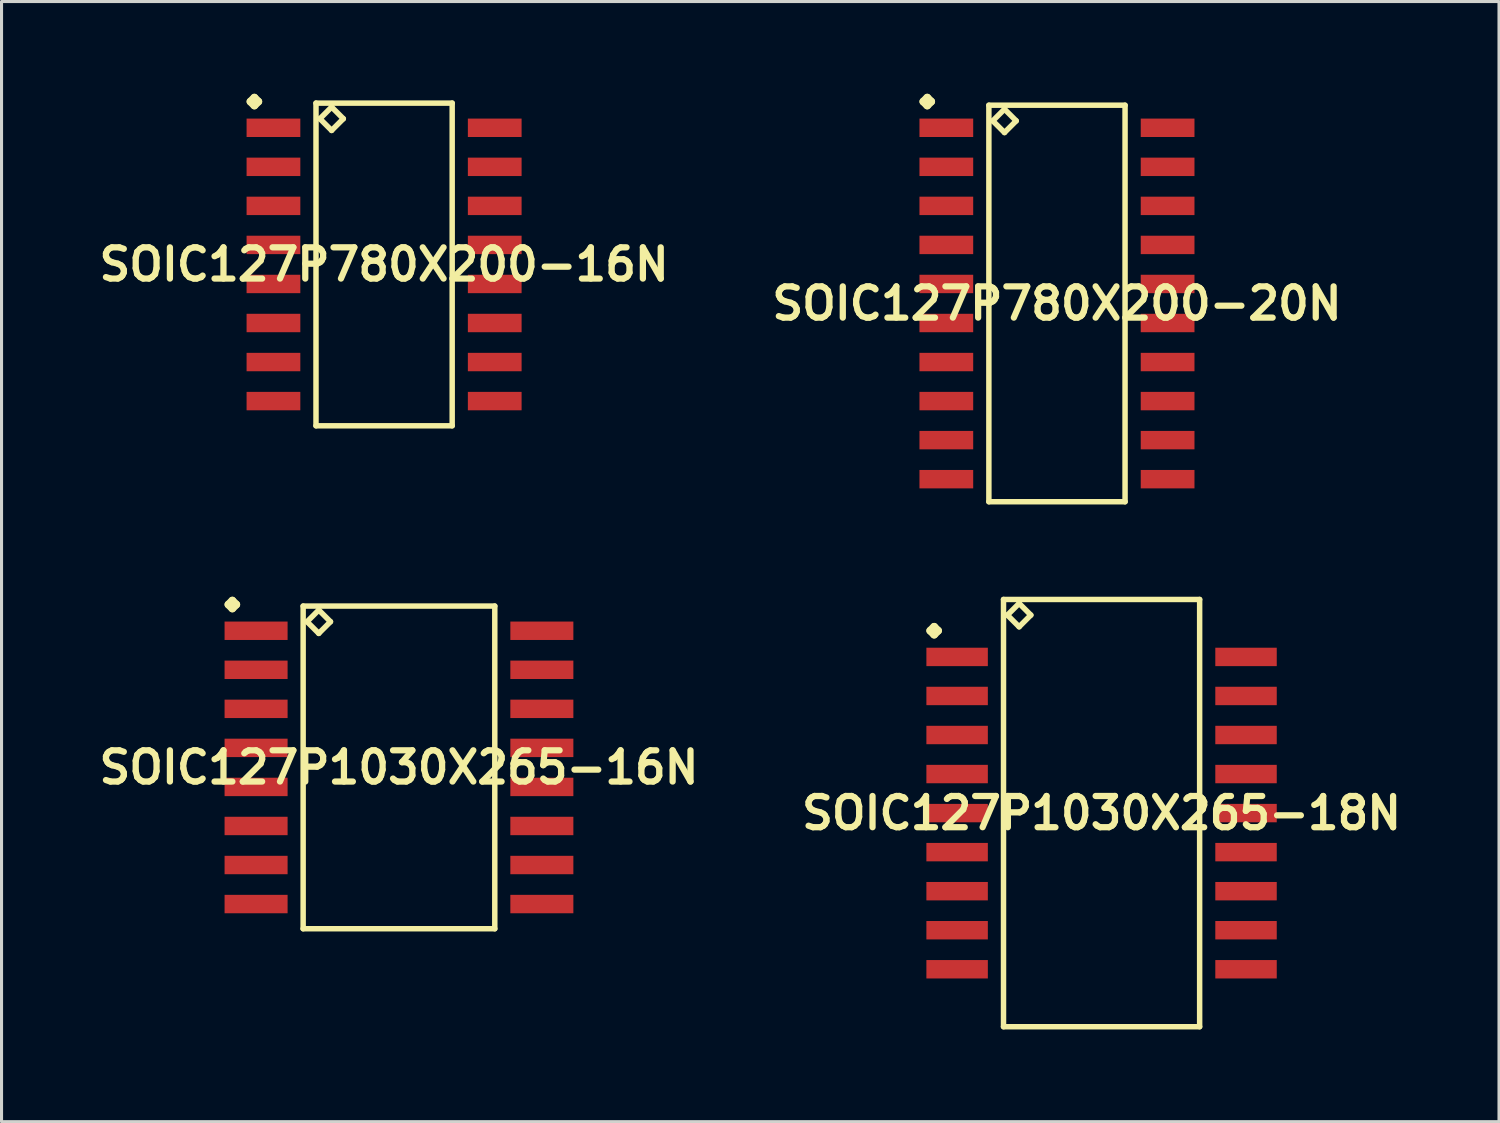
<source format=kicad_pcb>
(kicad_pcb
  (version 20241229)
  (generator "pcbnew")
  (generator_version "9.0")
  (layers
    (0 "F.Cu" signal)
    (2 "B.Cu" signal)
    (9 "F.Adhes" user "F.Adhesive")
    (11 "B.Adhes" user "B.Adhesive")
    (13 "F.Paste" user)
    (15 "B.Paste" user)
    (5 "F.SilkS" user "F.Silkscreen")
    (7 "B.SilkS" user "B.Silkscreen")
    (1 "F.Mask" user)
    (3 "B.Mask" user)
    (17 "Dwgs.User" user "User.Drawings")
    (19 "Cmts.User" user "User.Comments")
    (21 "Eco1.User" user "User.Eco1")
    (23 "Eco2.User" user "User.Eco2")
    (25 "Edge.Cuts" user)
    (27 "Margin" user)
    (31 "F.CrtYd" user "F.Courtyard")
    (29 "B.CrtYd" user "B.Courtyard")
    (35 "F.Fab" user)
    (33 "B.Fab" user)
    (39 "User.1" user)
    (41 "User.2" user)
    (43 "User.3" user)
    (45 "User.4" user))
  (footprint "SOIC127P780X200-20N"
    (layer "F.Cu")
    (at 31.332 6.822)
    (property "Reference" "SOIC127P780X200-20N" (at 0 0 0) (layer "F.SilkS") (effects (font (size 1.016 1.016) (thickness 0.203))))
    (attr smd)
    (fp_line (start -4.346 -6.568) (end -4.219 -6.695) (stroke (width 0.254) (type solid)) (layer "F.SilkS"))
    (fp_line (start -4.219 -6.695) (end -4.092 -6.568) (stroke (width 0.254) (type solid)) (layer "F.SilkS"))
    (fp_line (start -4.219 -6.441) (end -4.346 -6.568) (stroke (width 0.254) (type solid)) (layer "F.SilkS"))
    (fp_line (start -4.092 -6.568) (end -4.219 -6.441) (stroke (width 0.254) (type solid)) (layer "F.SilkS"))
    (fp_line (start -2.215 -6.449) (end -2.215 6.449) (stroke (width 0.178) (type solid)) (layer "F.SilkS"))
    (fp_line (start -2.215 6.449) (end 2.215 6.449) (stroke (width 0.178) (type solid)) (layer "F.SilkS"))
    (fp_line (start -2.088 -5.941) (end -1.707 -6.322) (stroke (width 0.178) (type solid)) (layer "F.SilkS"))
    (fp_line (start -1.707 -6.322) (end -1.326 -5.941) (stroke (width 0.178) (type solid)) (layer "F.SilkS"))
    (fp_line (start -1.707 -5.56) (end -2.088 -5.941) (stroke (width 0.178) (type solid)) (layer "F.SilkS"))
    (fp_line (start -1.326 -5.941) (end -1.707 -5.56) (stroke (width 0.178) (type solid)) (layer "F.SilkS"))
    (fp_line (start 2.215 -6.449) (end -2.215 -6.449) (stroke (width 0.178) (type solid)) (layer "F.SilkS"))
    (fp_line (start 2.215 6.449) (end 2.215 -6.449) (stroke (width 0.178) (type solid)) (layer "F.SilkS"))
    (pad "1" smd rect (at -3.599 -5.715) (size 1.748 0.599) (layers "F.Cu" "F.Mask" "F.Paste"))
    (pad "2" smd rect (at -3.599 -4.445) (size 1.748 0.599) (layers "F.Cu" "F.Mask" "F.Paste"))
    (pad "3" smd rect (at -3.599 -3.175) (size 1.748 0.599) (layers "F.Cu" "F.Mask" "F.Paste"))
    (pad "4" smd rect (at -3.599 -1.905) (size 1.748 0.599) (layers "F.Cu" "F.Mask" "F.Paste"))
    (pad "5" smd rect (at -3.599 -0.635) (size 1.748 0.599) (layers "F.Cu" "F.Mask" "F.Paste"))
    (pad "6" smd rect (at -3.599 0.635) (size 1.748 0.599) (layers "F.Cu" "F.Mask" "F.Paste"))
    (pad "7" smd rect (at -3.599 1.905) (size 1.748 0.599) (layers "F.Cu" "F.Mask" "F.Paste"))
    (pad "8" smd rect (at -3.599 3.175) (size 1.748 0.599) (layers "F.Cu" "F.Mask" "F.Paste"))
    (pad "9" smd rect (at -3.599 4.445) (size 1.748 0.599) (layers "F.Cu" "F.Mask" "F.Paste"))
    (pad "10" smd rect (at -3.599 5.715) (size 1.748 0.599) (layers "F.Cu" "F.Mask" "F.Paste"))
    (pad "11" smd rect (at 3.599 5.715) (size 1.748 0.599) (layers "F.Cu" "F.Mask" "F.Paste"))
    (pad "12" smd rect (at 3.599 4.445) (size 1.748 0.599) (layers "F.Cu" "F.Mask" "F.Paste"))
    (pad "13" smd rect (at 3.599 3.175) (size 1.748 0.599) (layers "F.Cu" "F.Mask" "F.Paste"))
    (pad "14" smd rect (at 3.599 1.905) (size 1.748 0.599) (layers "F.Cu" "F.Mask" "F.Paste"))
    (pad "15" smd rect (at 3.599 0.635) (size 1.748 0.599) (layers "F.Cu" "F.Mask" "F.Paste"))
    (pad "16" smd rect (at 3.599 -0.635) (size 1.748 0.599) (layers "F.Cu" "F.Mask" "F.Paste"))
    (pad "17" smd rect (at 3.599 -1.905) (size 1.748 0.599) (layers "F.Cu" "F.Mask" "F.Paste"))
    (pad "18" smd rect (at 3.599 -3.175) (size 1.748 0.599) (layers "F.Cu" "F.Mask" "F.Paste"))
    (pad "19" smd rect (at 3.599 -4.445) (size 1.748 0.599) (layers "F.Cu" "F.Mask" "F.Paste"))
    (pad "20" smd rect (at 3.599 -5.715) (size 1.748 0.599) (layers "F.Cu" "F.Mask" "F.Paste")))
  (footprint "SOIC127P780X200-16N"
    (layer "F.Cu")
    (at 9.444 5.552)
    (property "Reference" "SOIC127P780X200-16N" (at 0 0 0) (layer "F.SilkS") (effects (font (size 1.016 1.016) (thickness 0.203))))
    (attr smd)
    (fp_line (start -4.346 -5.298) (end -4.219 -5.425) (stroke (width 0.254) (type solid)) (layer "F.SilkS"))
    (fp_line (start -4.219 -5.425) (end -4.092 -5.298) (stroke (width 0.254) (type solid)) (layer "F.SilkS"))
    (fp_line (start -4.219 -5.171) (end -4.346 -5.298) (stroke (width 0.254) (type solid)) (layer "F.SilkS"))
    (fp_line (start -4.092 -5.298) (end -4.219 -5.171) (stroke (width 0.254) (type solid)) (layer "F.SilkS"))
    (fp_line (start -2.215 -5.248) (end -2.215 5.248) (stroke (width 0.178) (type solid)) (layer "F.SilkS"))
    (fp_line (start -2.215 5.248) (end 2.215 5.248) (stroke (width 0.178) (type solid)) (layer "F.SilkS"))
    (fp_line (start -2.088 -4.74) (end -1.707 -5.121) (stroke (width 0.178) (type solid)) (layer "F.SilkS"))
    (fp_line (start -1.707 -5.121) (end -1.326 -4.74) (stroke (width 0.178) (type solid)) (layer "F.SilkS"))
    (fp_line (start -1.707 -4.359) (end -2.088 -4.74) (stroke (width 0.178) (type solid)) (layer "F.SilkS"))
    (fp_line (start -1.326 -4.74) (end -1.707 -4.359) (stroke (width 0.178) (type solid)) (layer "F.SilkS"))
    (fp_line (start 2.215 -5.248) (end -2.215 -5.248) (stroke (width 0.178) (type solid)) (layer "F.SilkS"))
    (fp_line (start 2.215 5.248) (end 2.215 -5.248) (stroke (width 0.178) (type solid)) (layer "F.SilkS"))
    (pad "1" smd rect (at -3.599 -4.445) (size 1.748 0.599) (layers "F.Cu" "F.Mask" "F.Paste"))
    (pad "2" smd rect (at -3.599 -3.175) (size 1.748 0.599) (layers "F.Cu" "F.Mask" "F.Paste"))
    (pad "3" smd rect (at -3.599 -1.905) (size 1.748 0.599) (layers "F.Cu" "F.Mask" "F.Paste"))
    (pad "4" smd rect (at -3.599 -0.635) (size 1.748 0.599) (layers "F.Cu" "F.Mask" "F.Paste"))
    (pad "5" smd rect (at -3.599 0.635) (size 1.748 0.599) (layers "F.Cu" "F.Mask" "F.Paste"))
    (pad "6" smd rect (at -3.599 1.905) (size 1.748 0.599) (layers "F.Cu" "F.Mask" "F.Paste"))
    (pad "7" smd rect (at -3.599 3.175) (size 1.748 0.599) (layers "F.Cu" "F.Mask" "F.Paste"))
    (pad "8" smd rect (at -3.599 4.445) (size 1.748 0.599) (layers "F.Cu" "F.Mask" "F.Paste"))
    (pad "9" smd rect (at 3.599 4.445) (size 1.748 0.599) (layers "F.Cu" "F.Mask" "F.Paste"))
    (pad "10" smd rect (at 3.599 3.175) (size 1.748 0.599) (layers "F.Cu" "F.Mask" "F.Paste"))
    (pad "11" smd rect (at 3.599 1.905) (size 1.748 0.599) (layers "F.Cu" "F.Mask" "F.Paste"))
    (pad "12" smd rect (at 3.599 0.635) (size 1.748 0.599) (layers "F.Cu" "F.Mask" "F.Paste"))
    (pad "13" smd rect (at 3.599 -0.635) (size 1.748 0.599) (layers "F.Cu" "F.Mask" "F.Paste"))
    (pad "14" smd rect (at 3.599 -1.905) (size 1.748 0.599) (layers "F.Cu" "F.Mask" "F.Paste"))
    (pad "15" smd rect (at 3.599 -3.175) (size 1.748 0.599) (layers "F.Cu" "F.Mask" "F.Paste"))
    (pad "16" smd rect (at 3.599 -4.445) (size 1.748 0.599) (layers "F.Cu" "F.Mask" "F.Paste")))
  (footprint "SOIC127P1030X265-18N"
    (layer "F.Cu")
    (at 32.783 23.399)
    (property "Reference" "SOIC127P1030X265-18N" (at 0 0 0) (layer "F.SilkS") (effects (font (size 1.016 1.016) (thickness 0.203))))
    (attr smd)
    (fp_line (start -5.573 -5.933) (end -5.446 -6.06) (stroke (width 0.254) (type solid)) (layer "F.SilkS"))
    (fp_line (start -5.446 -6.06) (end -5.319 -5.933) (stroke (width 0.254) (type solid)) (layer "F.SilkS"))
    (fp_line (start -5.446 -5.806) (end -5.573 -5.933) (stroke (width 0.254) (type solid)) (layer "F.SilkS"))
    (fp_line (start -5.319 -5.933) (end -5.446 -5.806) (stroke (width 0.254) (type solid)) (layer "F.SilkS"))
    (fp_line (start -3.19 -6.949) (end -3.19 6.949) (stroke (width 0.178) (type solid)) (layer "F.SilkS"))
    (fp_line (start -3.19 6.949) (end 3.19 6.949) (stroke (width 0.178) (type solid)) (layer "F.SilkS"))
    (fp_line (start -3.063 -6.441) (end -2.682 -6.822) (stroke (width 0.178) (type solid)) (layer "F.SilkS"))
    (fp_line (start -2.682 -6.822) (end -2.301 -6.441) (stroke (width 0.178) (type solid)) (layer "F.SilkS"))
    (fp_line (start -2.682 -6.06) (end -3.063 -6.441) (stroke (width 0.178) (type solid)) (layer "F.SilkS"))
    (fp_line (start -2.301 -6.441) (end -2.682 -6.06) (stroke (width 0.178) (type solid)) (layer "F.SilkS"))
    (fp_line (start 3.19 -6.949) (end -3.19 -6.949) (stroke (width 0.178) (type solid)) (layer "F.SilkS"))
    (fp_line (start 3.19 6.949) (end 3.19 -6.949) (stroke (width 0.178) (type solid)) (layer "F.SilkS"))
    (pad "1" smd rect (at -4.699 -5.08) (size 1.999 0.599) (layers "F.Cu" "F.Mask" "F.Paste"))
    (pad "2" smd rect (at -4.699 -3.81) (size 1.999 0.599) (layers "F.Cu" "F.Mask" "F.Paste"))
    (pad "3" smd rect (at -4.699 -2.54) (size 1.999 0.599) (layers "F.Cu" "F.Mask" "F.Paste"))
    (pad "4" smd rect (at -4.699 -1.27) (size 1.999 0.599) (layers "F.Cu" "F.Mask" "F.Paste"))
    (pad "5" smd rect (at -4.699 0) (size 1.999 0.599) (layers "F.Cu" "F.Mask" "F.Paste"))
    (pad "6" smd rect (at -4.699 1.27) (size 1.999 0.599) (layers "F.Cu" "F.Mask" "F.Paste"))
    (pad "7" smd rect (at -4.699 2.54) (size 1.999 0.599) (layers "F.Cu" "F.Mask" "F.Paste"))
    (pad "8" smd rect (at -4.699 3.81) (size 1.999 0.599) (layers "F.Cu" "F.Mask" "F.Paste"))
    (pad "9" smd rect (at -4.699 5.08) (size 1.999 0.599) (layers "F.Cu" "F.Mask" "F.Paste"))
    (pad "10" smd rect (at 4.699 5.08) (size 1.999 0.599) (layers "F.Cu" "F.Mask" "F.Paste"))
    (pad "11" smd rect (at 4.699 3.81) (size 1.999 0.599) (layers "F.Cu" "F.Mask" "F.Paste"))
    (pad "12" smd rect (at 4.699 2.54) (size 1.999 0.599) (layers "F.Cu" "F.Mask" "F.Paste"))
    (pad "13" smd rect (at 4.699 1.27) (size 1.999 0.599) (layers "F.Cu" "F.Mask" "F.Paste"))
    (pad "14" smd rect (at 4.699 0) (size 1.999 0.599) (layers "F.Cu" "F.Mask" "F.Paste"))
    (pad "15" smd rect (at 4.699 -1.27) (size 1.999 0.599) (layers "F.Cu" "F.Mask" "F.Paste"))
    (pad "16" smd rect (at 4.699 -2.54) (size 1.999 0.599) (layers "F.Cu" "F.Mask" "F.Paste"))
    (pad "17" smd rect (at 4.699 -3.81) (size 1.999 0.599) (layers "F.Cu" "F.Mask" "F.Paste"))
    (pad "18" smd rect (at 4.699 -5.08) (size 1.999 0.599) (layers "F.Cu" "F.Mask" "F.Paste")))
  (footprint "SOIC127P1030X265-16N"
    (layer "F.Cu")
    (at 9.928 21.913)
    (property "Reference" "SOIC127P1030X265-16N" (at 0 0 0) (layer "F.SilkS") (effects (font (size 1.016 1.016) (thickness 0.203))))
    (attr smd)
    (fp_line (start -5.547 -5.298) (end -5.42 -5.425) (stroke (width 0.254) (type solid)) (layer "F.SilkS"))
    (fp_line (start -5.42 -5.425) (end -5.293 -5.298) (stroke (width 0.254) (type solid)) (layer "F.SilkS"))
    (fp_line (start -5.42 -5.171) (end -5.547 -5.298) (stroke (width 0.254) (type solid)) (layer "F.SilkS"))
    (fp_line (start -5.293 -5.298) (end -5.42 -5.171) (stroke (width 0.254) (type solid)) (layer "F.SilkS"))
    (fp_line (start -3.117 -5.248) (end -3.117 5.248) (stroke (width 0.178) (type solid)) (layer "F.SilkS"))
    (fp_line (start -3.117 5.248) (end 3.117 5.248) (stroke (width 0.178) (type solid)) (layer "F.SilkS"))
    (fp_line (start -2.99 -4.74) (end -2.609 -5.121) (stroke (width 0.178) (type solid)) (layer "F.SilkS"))
    (fp_line (start -2.609 -5.121) (end -2.228 -4.74) (stroke (width 0.178) (type solid)) (layer "F.SilkS"))
    (fp_line (start -2.609 -4.359) (end -2.99 -4.74) (stroke (width 0.178) (type solid)) (layer "F.SilkS"))
    (fp_line (start -2.228 -4.74) (end -2.609 -4.359) (stroke (width 0.178) (type solid)) (layer "F.SilkS"))
    (fp_line (start 3.117 -5.248) (end -3.117 -5.248) (stroke (width 0.178) (type solid)) (layer "F.SilkS"))
    (fp_line (start 3.117 5.248) (end 3.117 -5.248) (stroke (width 0.178) (type solid)) (layer "F.SilkS"))
    (pad "1" smd rect (at -4.648 -4.445) (size 2.05 0.599) (layers "F.Cu" "F.Mask" "F.Paste"))
    (pad "2" smd rect (at -4.648 -3.175) (size 2.05 0.599) (layers "F.Cu" "F.Mask" "F.Paste"))
    (pad "3" smd rect (at -4.648 -1.905) (size 2.05 0.599) (layers "F.Cu" "F.Mask" "F.Paste"))
    (pad "4" smd rect (at -4.648 -0.635) (size 2.05 0.599) (layers "F.Cu" "F.Mask" "F.Paste"))
    (pad "5" smd rect (at -4.648 0.635) (size 2.05 0.599) (layers "F.Cu" "F.Mask" "F.Paste"))
    (pad "6" smd rect (at -4.648 1.905) (size 2.05 0.599) (layers "F.Cu" "F.Mask" "F.Paste"))
    (pad "7" smd rect (at -4.648 3.175) (size 2.05 0.599) (layers "F.Cu" "F.Mask" "F.Paste"))
    (pad "8" smd rect (at -4.648 4.445) (size 2.05 0.599) (layers "F.Cu" "F.Mask" "F.Paste"))
    (pad "9" smd rect (at 4.648 4.445) (size 2.05 0.599) (layers "F.Cu" "F.Mask" "F.Paste"))
    (pad "10" smd rect (at 4.648 3.175) (size 2.05 0.599) (layers "F.Cu" "F.Mask" "F.Paste"))
    (pad "11" smd rect (at 4.648 1.905) (size 2.05 0.599) (layers "F.Cu" "F.Mask" "F.Paste"))
    (pad "12" smd rect (at 4.648 0.635) (size 2.05 0.599) (layers "F.Cu" "F.Mask" "F.Paste"))
    (pad "13" smd rect (at 4.648 -0.635) (size 2.05 0.599) (layers "F.Cu" "F.Mask" "F.Paste"))
    (pad "14" smd rect (at 4.648 -1.905) (size 2.05 0.599) (layers "F.Cu" "F.Mask" "F.Paste"))
    (pad "15" smd rect (at 4.648 -3.175) (size 2.05 0.599) (layers "F.Cu" "F.Mask" "F.Paste"))
    (pad "16" smd rect (at 4.648 -4.445) (size 2.05 0.599) (layers "F.Cu" "F.Mask" "F.Paste")))
  (gr_rect
    (start -3 -3)
    (end 45.711 33.437)
    (stroke (width 0.1) (type default))
    (fill no)
    (layer "Edge.Cuts")))
</source>
